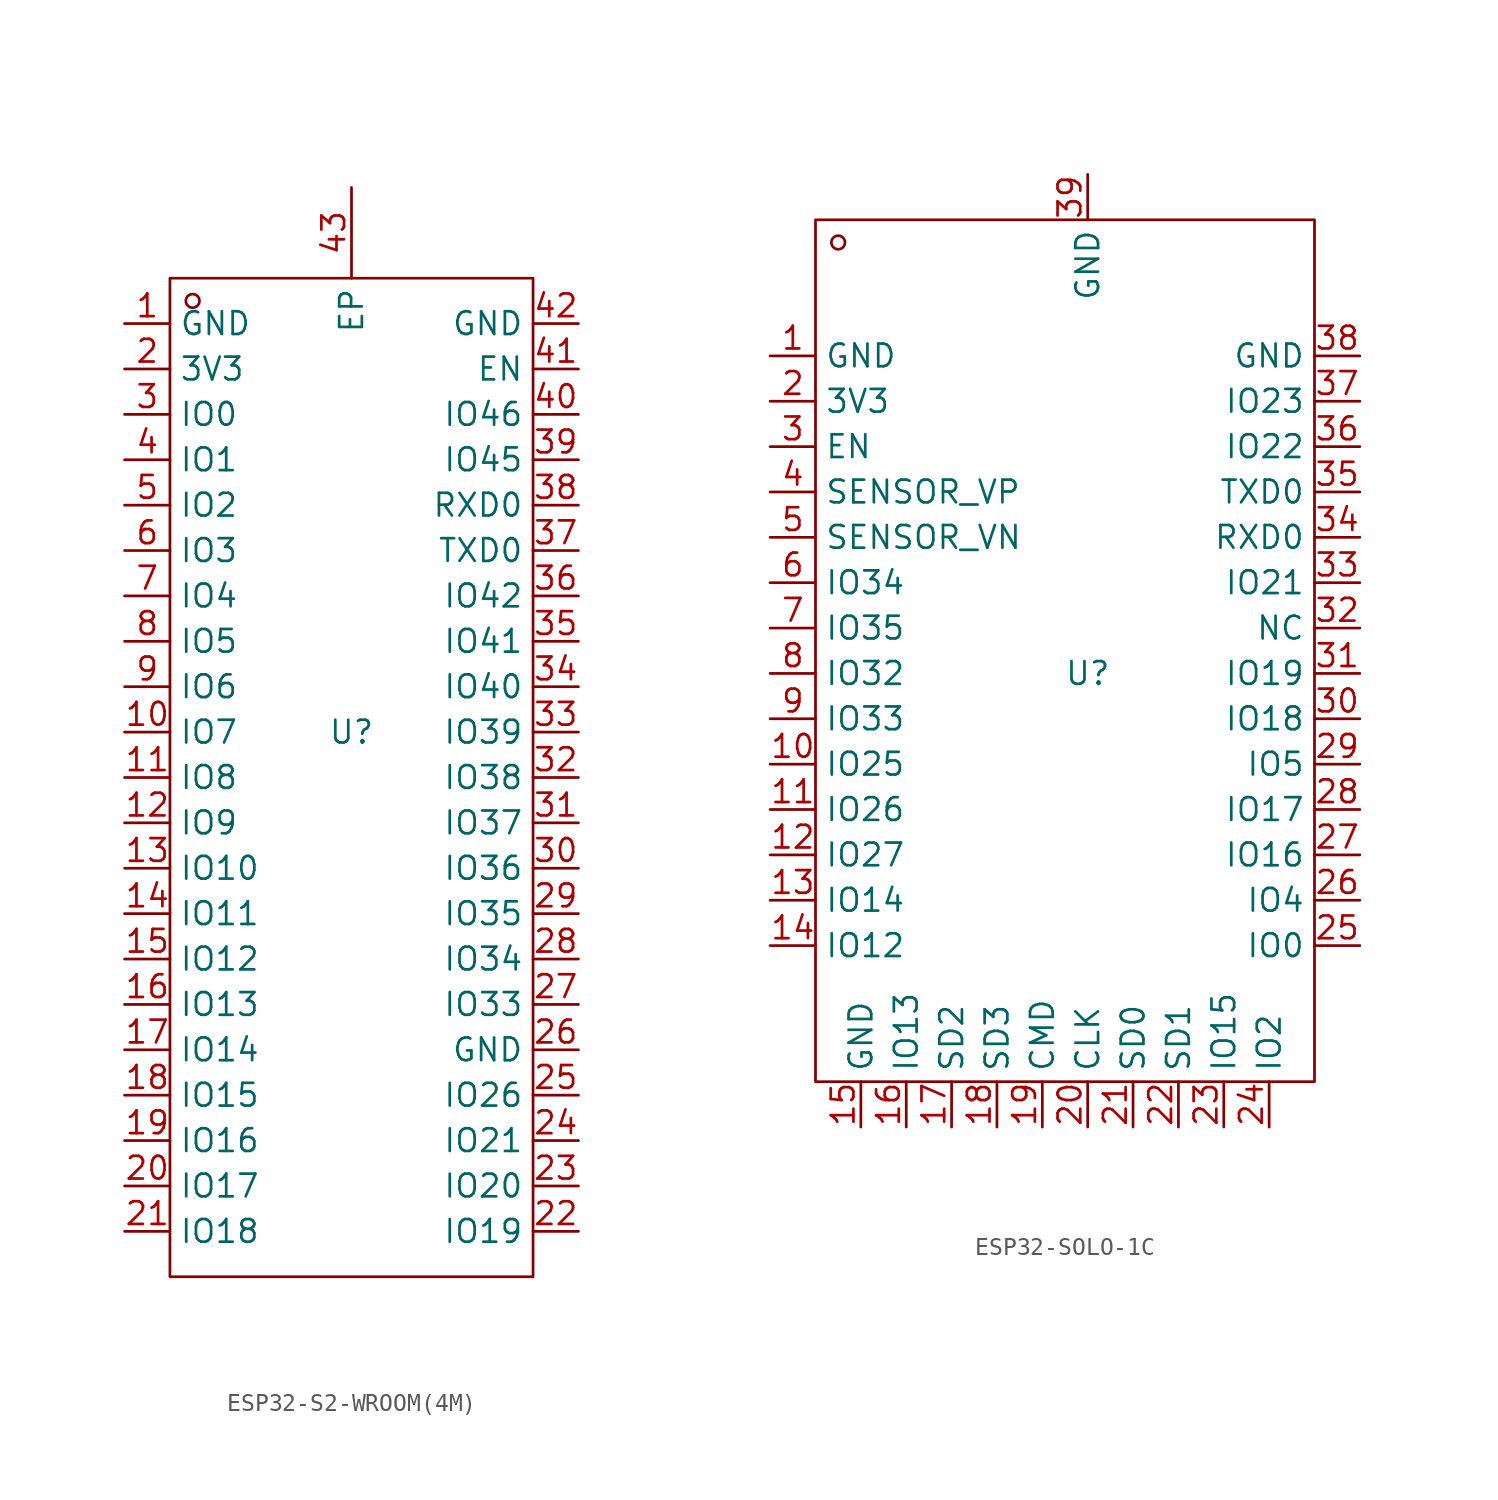
<source format=kicad_sym>
(kicad_symbol_lib
  (version 20231120)
  (generator "kicad_symbol_editor")
  (generator_version "8.0")
  (symbol "ESP32-S2-WROOM(4M)"
    (property "Reference" "U"
      (at 0 0 0)
      (effects (font (size 1.27 1.27))))
    (property "Value" ""
      (at 0 0 0)
      (effects (font (size 1.27 1.27))))
    (symbol "ESP32-S2-WROOM(4M)_1_0"
      (rectangle (start -10.16 -30.48) (end 10.16 25.4) (stroke (width 0) (type default)) (fill (type none)))
      (circle (center -8.89 24.13) (radius 0.381) (stroke (width 0) (type default)) (fill (type none)))
      (pin input line (at -12.7 22.86 0) (length 2.54) (name "GND" (effects (font (size 1.27 1.27)))) (number "1" (effects (font (size 1.27 1.27)))))
      (pin input line (at -12.7 0 0) (length 2.54) (name "IO7" (effects (font (size 1.27 1.27)))) (number "10" (effects (font (size 1.27 1.27)))))
      (pin input line (at -12.7 -2.54 0) (length 2.54) (name "IO8" (effects (font (size 1.27 1.27)))) (number "11" (effects (font (size 1.27 1.27)))))
      (pin input line (at -12.7 -5.08 0) (length 2.54) (name "IO9" (effects (font (size 1.27 1.27)))) (number "12" (effects (font (size 1.27 1.27)))))
      (pin input line (at -12.7 -7.62 0) (length 2.54) (name "IO10" (effects (font (size 1.27 1.27)))) (number "13" (effects (font (size 1.27 1.27)))))
      (pin input line (at -12.7 -10.16 0) (length 2.54) (name "IO11" (effects (font (size 1.27 1.27)))) (number "14" (effects (font (size 1.27 1.27)))))
      (pin input line (at -12.7 -12.7 0) (length 2.54) (name "IO12" (effects (font (size 1.27 1.27)))) (number "15" (effects (font (size 1.27 1.27)))))
      (pin input line (at -12.7 -15.24 0) (length 2.54) (name "IO13" (effects (font (size 1.27 1.27)))) (number "16" (effects (font (size 1.27 1.27)))))
      (pin input line (at -12.7 -17.78 0) (length 2.54) (name "IO14" (effects (font (size 1.27 1.27)))) (number "17" (effects (font (size 1.27 1.27)))))
      (pin input line (at -12.7 -20.32 0) (length 2.54) (name "IO15" (effects (font (size 1.27 1.27)))) (number "18" (effects (font (size 1.27 1.27)))))
      (pin input line (at -12.7 -22.86 0) (length 2.54) (name "IO16" (effects (font (size 1.27 1.27)))) (number "19" (effects (font (size 1.27 1.27)))))
      (pin input line (at -12.7 20.32 0) (length 2.54) (name "3V3" (effects (font (size 1.27 1.27)))) (number "2" (effects (font (size 1.27 1.27)))))
      (pin input line (at -12.7 -25.4 0) (length 2.54) (name "IO17" (effects (font (size 1.27 1.27)))) (number "20" (effects (font (size 1.27 1.27)))))
      (pin input line (at -12.7 -27.94 0) (length 2.54) (name "IO18" (effects (font (size 1.27 1.27)))) (number "21" (effects (font (size 1.27 1.27)))))
      (pin input line (at 12.7 -27.94 180) (length 2.54) (name "IO19" (effects (font (size 1.27 1.27)))) (number "22" (effects (font (size 1.27 1.27)))))
      (pin input line (at 12.7 -25.4 180) (length 2.54) (name "IO20" (effects (font (size 1.27 1.27)))) (number "23" (effects (font (size 1.27 1.27)))))
      (pin input line (at 12.7 -22.86 180) (length 2.54) (name "IO21" (effects (font (size 1.27 1.27)))) (number "24" (effects (font (size 1.27 1.27)))))
      (pin input line (at 12.7 -20.32 180) (length 2.54) (name "IO26" (effects (font (size 1.27 1.27)))) (number "25" (effects (font (size 1.27 1.27)))))
      (pin input line (at 12.7 -17.78 180) (length 2.54) (name "GND" (effects (font (size 1.27 1.27)))) (number "26" (effects (font (size 1.27 1.27)))))
      (pin input line (at 12.7 -15.24 180) (length 2.54) (name "IO33" (effects (font (size 1.27 1.27)))) (number "27" (effects (font (size 1.27 1.27)))))
      (pin input line (at 12.7 -12.7 180) (length 2.54) (name "IO34" (effects (font (size 1.27 1.27)))) (number "28" (effects (font (size 1.27 1.27)))))
      (pin input line (at 12.7 -10.16 180) (length 2.54) (name "IO35" (effects (font (size 1.27 1.27)))) (number "29" (effects (font (size 1.27 1.27)))))
      (pin input line (at -12.7 17.78 0) (length 2.54) (name "IO0" (effects (font (size 1.27 1.27)))) (number "3" (effects (font (size 1.27 1.27)))))
      (pin input line (at 12.7 -7.62 180) (length 2.54) (name "IO36" (effects (font (size 1.27 1.27)))) (number "30" (effects (font (size 1.27 1.27)))))
      (pin input line (at 12.7 -5.08 180) (length 2.54) (name "IO37" (effects (font (size 1.27 1.27)))) (number "31" (effects (font (size 1.27 1.27)))))
      (pin input line (at 12.7 -2.54 180) (length 2.54) (name "IO38" (effects (font (size 1.27 1.27)))) (number "32" (effects (font (size 1.27 1.27)))))
      (pin input line (at 12.7 0 180) (length 2.54) (name "IO39" (effects (font (size 1.27 1.27)))) (number "33" (effects (font (size 1.27 1.27)))))
      (pin input line (at 12.7 2.54 180) (length 2.54) (name "IO40" (effects (font (size 1.27 1.27)))) (number "34" (effects (font (size 1.27 1.27)))))
      (pin input line (at 12.7 5.08 180) (length 2.54) (name "IO41" (effects (font (size 1.27 1.27)))) (number "35" (effects (font (size 1.27 1.27)))))
      (pin input line (at 12.7 7.62 180) (length 2.54) (name "IO42" (effects (font (size 1.27 1.27)))) (number "36" (effects (font (size 1.27 1.27)))))
      (pin input line (at 12.7 10.16 180) (length 2.54) (name "TXD0" (effects (font (size 1.27 1.27)))) (number "37" (effects (font (size 1.27 1.27)))))
      (pin input line (at 12.7 12.7 180) (length 2.54) (name "RXD0" (effects (font (size 1.27 1.27)))) (number "38" (effects (font (size 1.27 1.27)))))
      (pin input line (at 12.7 15.24 180) (length 2.54) (name "IO45" (effects (font (size 1.27 1.27)))) (number "39" (effects (font (size 1.27 1.27)))))
      (pin input line (at -12.7 15.24 0) (length 2.54) (name "IO1" (effects (font (size 1.27 1.27)))) (number "4" (effects (font (size 1.27 1.27)))))
      (pin input line (at 12.7 17.78 180) (length 2.54) (name "IO46" (effects (font (size 1.27 1.27)))) (number "40" (effects (font (size 1.27 1.27)))))
      (pin input line (at 12.7 20.32 180) (length 2.54) (name "EN" (effects (font (size 1.27 1.27)))) (number "41" (effects (font (size 1.27 1.27)))))
      (pin input line (at 12.7 22.86 180) (length 2.54) (name "GND" (effects (font (size 1.27 1.27)))) (number "42" (effects (font (size 1.27 1.27)))))
      (pin input line (at 0 30.48 270) (length 5.08) (name "EP" (effects (font (size 1.27 1.27)))) (number "43" (effects (font (size 1.27 1.27)))))
      (pin input line (at -12.7 12.7 0) (length 2.54) (name "IO2" (effects (font (size 1.27 1.27)))) (number "5" (effects (font (size 1.27 1.27)))))
      (pin input line (at -12.7 10.16 0) (length 2.54) (name "IO3" (effects (font (size 1.27 1.27)))) (number "6" (effects (font (size 1.27 1.27)))))
      (pin input line (at -12.7 7.62 0) (length 2.54) (name "IO4" (effects (font (size 1.27 1.27)))) (number "7" (effects (font (size 1.27 1.27)))))
      (pin input line (at -12.7 5.08 0) (length 2.54) (name "IO5" (effects (font (size 1.27 1.27)))) (number "8" (effects (font (size 1.27 1.27)))))
      (pin input line (at -12.7 2.54 0) (length 2.54) (name "IO6" (effects (font (size 1.27 1.27)))) (number "9" (effects (font (size 1.27 1.27)))))))
  (symbol "ESP32-SOLO-1C"
    (property "Reference" "U"
      (at 0 0 0)
      (effects (font (size 1.27 1.27))))
    (property "Value" ""
      (at 0 0 0)
      (effects (font (size 1.27 1.27))))
    (symbol "ESP32-SOLO-1C_1_0"
      (rectangle (start -15.24 -22.86) (end 12.7 25.4) (stroke (width 0) (type default)) (fill (type none)))
      (circle (center -13.97 24.13) (radius 0.381) (stroke (width 0) (type default)) (fill (type none)))
      (pin unspecified line (at -17.78 17.78 0) (length 2.54) (name "GND" (effects (font (size 1.27 1.27)))) (number "1" (effects (font (size 1.27 1.27)))))
      (pin unspecified line (at -17.78 -5.08 0) (length 2.54) (name "IO25" (effects (font (size 1.27 1.27)))) (number "10" (effects (font (size 1.27 1.27)))))
      (pin unspecified line (at -17.78 -7.62 0) (length 2.54) (name "IO26" (effects (font (size 1.27 1.27)))) (number "11" (effects (font (size 1.27 1.27)))))
      (pin unspecified line (at -17.78 -10.16 0) (length 2.54) (name "IO27" (effects (font (size 1.27 1.27)))) (number "12" (effects (font (size 1.27 1.27)))))
      (pin unspecified line (at -17.78 -12.7 0) (length 2.54) (name "IO14" (effects (font (size 1.27 1.27)))) (number "13" (effects (font (size 1.27 1.27)))))
      (pin unspecified line (at -17.78 -15.24 0) (length 2.54) (name "IO12" (effects (font (size 1.27 1.27)))) (number "14" (effects (font (size 1.27 1.27)))))
      (pin unspecified line (at -12.7 -25.4 90) (length 2.54) (name "GND" (effects (font (size 1.27 1.27)))) (number "15" (effects (font (size 1.27 1.27)))))
      (pin unspecified line (at -10.16 -25.4 90) (length 2.54) (name "IO13" (effects (font (size 1.27 1.27)))) (number "16" (effects (font (size 1.27 1.27)))))
      (pin unspecified line (at -7.62 -25.4 90) (length 2.54) (name "SD2" (effects (font (size 1.27 1.27)))) (number "17" (effects (font (size 1.27 1.27)))))
      (pin unspecified line (at -5.08 -25.4 90) (length 2.54) (name "SD3" (effects (font (size 1.27 1.27)))) (number "18" (effects (font (size 1.27 1.27)))))
      (pin unspecified line (at -2.54 -25.4 90) (length 2.54) (name "CMD" (effects (font (size 1.27 1.27)))) (number "19" (effects (font (size 1.27 1.27)))))
      (pin unspecified line (at -17.78 15.24 0) (length 2.54) (name "3V3" (effects (font (size 1.27 1.27)))) (number "2" (effects (font (size 1.27 1.27)))))
      (pin unspecified line (at 0 -25.4 90) (length 2.54) (name "CLK" (effects (font (size 1.27 1.27)))) (number "20" (effects (font (size 1.27 1.27)))))
      (pin unspecified line (at 2.54 -25.4 90) (length 2.54) (name "SD0" (effects (font (size 1.27 1.27)))) (number "21" (effects (font (size 1.27 1.27)))))
      (pin unspecified line (at 5.08 -25.4 90) (length 2.54) (name "SD1" (effects (font (size 1.27 1.27)))) (number "22" (effects (font (size 1.27 1.27)))))
      (pin unspecified line (at 7.62 -25.4 90) (length 2.54) (name "IO15" (effects (font (size 1.27 1.27)))) (number "23" (effects (font (size 1.27 1.27)))))
      (pin unspecified line (at 10.16 -25.4 90) (length 2.54) (name "IO2" (effects (font (size 1.27 1.27)))) (number "24" (effects (font (size 1.27 1.27)))))
      (pin unspecified line (at 15.24 -15.24 180) (length 2.54) (name "IO0" (effects (font (size 1.27 1.27)))) (number "25" (effects (font (size 1.27 1.27)))))
      (pin unspecified line (at 15.24 -12.7 180) (length 2.54) (name "IO4" (effects (font (size 1.27 1.27)))) (number "26" (effects (font (size 1.27 1.27)))))
      (pin unspecified line (at 15.24 -10.16 180) (length 2.54) (name "IO16" (effects (font (size 1.27 1.27)))) (number "27" (effects (font (size 1.27 1.27)))))
      (pin unspecified line (at 15.24 -7.62 180) (length 2.54) (name "IO17" (effects (font (size 1.27 1.27)))) (number "28" (effects (font (size 1.27 1.27)))))
      (pin unspecified line (at 15.24 -5.08 180) (length 2.54) (name "IO5" (effects (font (size 1.27 1.27)))) (number "29" (effects (font (size 1.27 1.27)))))
      (pin unspecified line (at -17.78 12.7 0) (length 2.54) (name "EN" (effects (font (size 1.27 1.27)))) (number "3" (effects (font (size 1.27 1.27)))))
      (pin unspecified line (at 15.24 -2.54 180) (length 2.54) (name "IO18" (effects (font (size 1.27 1.27)))) (number "30" (effects (font (size 1.27 1.27)))))
      (pin unspecified line (at 15.24 0 180) (length 2.54) (name "IO19" (effects (font (size 1.27 1.27)))) (number "31" (effects (font (size 1.27 1.27)))))
      (pin unspecified line (at 15.24 2.54 180) (length 2.54) (name "NC" (effects (font (size 1.27 1.27)))) (number "32" (effects (font (size 1.27 1.27)))))
      (pin unspecified line (at 15.24 5.08 180) (length 2.54) (name "IO21" (effects (font (size 1.27 1.27)))) (number "33" (effects (font (size 1.27 1.27)))))
      (pin unspecified line (at 15.24 7.62 180) (length 2.54) (name "RXD0" (effects (font (size 1.27 1.27)))) (number "34" (effects (font (size 1.27 1.27)))))
      (pin unspecified line (at 15.24 10.16 180) (length 2.54) (name "TXD0" (effects (font (size 1.27 1.27)))) (number "35" (effects (font (size 1.27 1.27)))))
      (pin unspecified line (at 15.24 12.7 180) (length 2.54) (name "IO22" (effects (font (size 1.27 1.27)))) (number "36" (effects (font (size 1.27 1.27)))))
      (pin unspecified line (at 15.24 15.24 180) (length 2.54) (name "IO23" (effects (font (size 1.27 1.27)))) (number "37" (effects (font (size 1.27 1.27)))))
      (pin unspecified line (at 15.24 17.78 180) (length 2.54) (name "GND" (effects (font (size 1.27 1.27)))) (number "38" (effects (font (size 1.27 1.27)))))
      (pin unspecified line (at 0 27.94 270) (length 2.54) (name "GND" (effects (font (size 1.27 1.27)))) (number "39" (effects (font (size 1.27 1.27)))))
      (pin unspecified line (at -17.78 10.16 0) (length 2.54) (name "SENSOR_VP" (effects (font (size 1.27 1.27)))) (number "4" (effects (font (size 1.27 1.27)))))
      (pin unspecified line (at -17.78 7.62 0) (length 2.54) (name "SENSOR_VN" (effects (font (size 1.27 1.27)))) (number "5" (effects (font (size 1.27 1.27)))))
      (pin unspecified line (at -17.78 5.08 0) (length 2.54) (name "IO34" (effects (font (size 1.27 1.27)))) (number "6" (effects (font (size 1.27 1.27)))))
      (pin unspecified line (at -17.78 2.54 0) (length 2.54) (name "IO35" (effects (font (size 1.27 1.27)))) (number "7" (effects (font (size 1.27 1.27)))))
      (pin unspecified line (at -17.78 0 0) (length 2.54) (name "IO32" (effects (font (size 1.27 1.27)))) (number "8" (effects (font (size 1.27 1.27)))))
      (pin unspecified line (at -17.78 -2.54 0) (length 2.54) (name "IO33" (effects (font (size 1.27 1.27)))) (number "9" (effects (font (size 1.27 1.27))))))))
</source>
